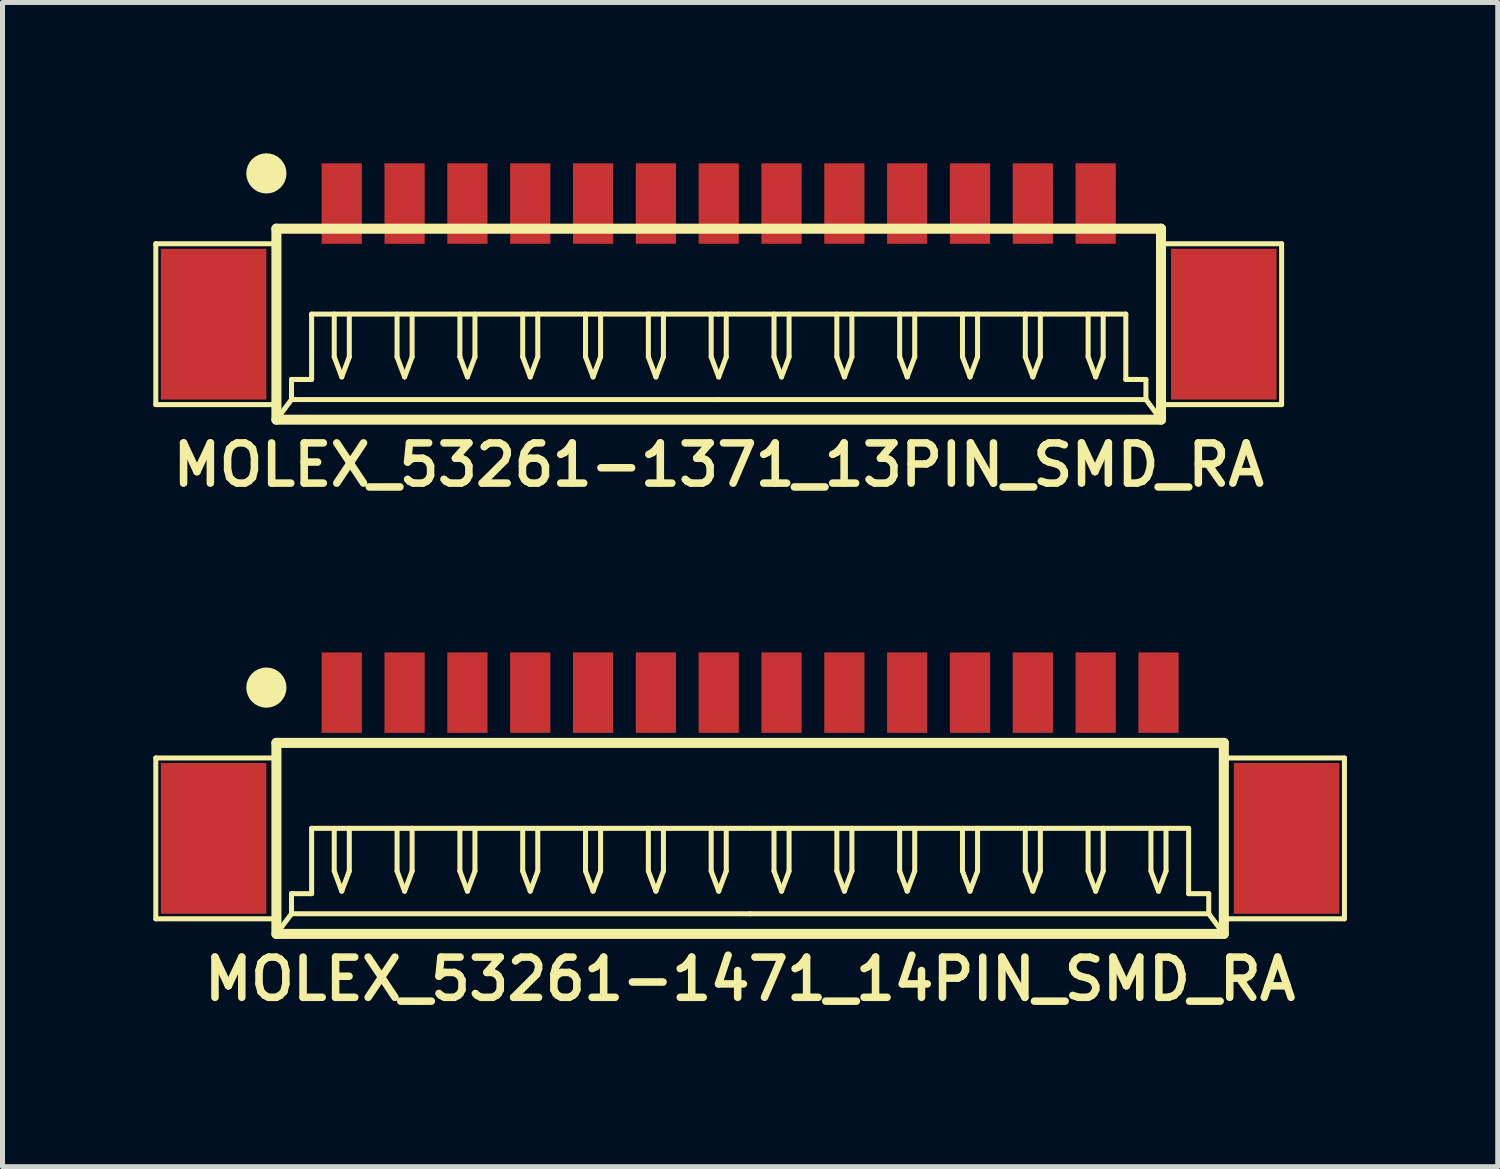
<source format=kicad_pcb>
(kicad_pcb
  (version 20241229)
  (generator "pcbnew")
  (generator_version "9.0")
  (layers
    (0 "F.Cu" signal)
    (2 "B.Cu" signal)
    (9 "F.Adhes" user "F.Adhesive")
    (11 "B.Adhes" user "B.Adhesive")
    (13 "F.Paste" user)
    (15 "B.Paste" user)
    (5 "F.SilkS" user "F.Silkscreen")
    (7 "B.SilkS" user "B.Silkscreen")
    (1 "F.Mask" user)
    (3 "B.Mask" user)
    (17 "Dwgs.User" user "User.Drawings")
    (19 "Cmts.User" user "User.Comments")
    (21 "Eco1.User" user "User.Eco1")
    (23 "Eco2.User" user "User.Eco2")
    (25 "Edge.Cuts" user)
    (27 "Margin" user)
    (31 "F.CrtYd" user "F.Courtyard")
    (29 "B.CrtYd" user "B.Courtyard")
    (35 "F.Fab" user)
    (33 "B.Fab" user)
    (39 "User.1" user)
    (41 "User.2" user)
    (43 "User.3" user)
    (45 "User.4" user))
  (footprint "MOLEX_53261-1371_13PIN_SMD_RA"
    (layer "F.Cu")
    (at 11.25 3.4)
    (property "Reference" "MOLEX_53261-1371_13PIN_SMD_RA" (at 0 2.8 0) (layer "F.SilkS") (effects (font (size 0.8 0.8) (thickness 0.15))))
    (attr through_hole)
    (fp_line (start -11.2 -1.6) (end -8.8 -1.6) (stroke (width 0.1) (type solid)) (layer "F.SilkS"))
    (fp_line (start -11.2 1.6) (end -11.2 -1.6) (stroke (width 0.1) (type solid)) (layer "F.SilkS"))
    (fp_line (start -8.8 -1.9) (end -8.8 1.9) (stroke (width 0.2) (type solid)) (layer "F.SilkS"))
    (fp_line (start -8.8 -1.9) (end 8.8 -1.9) (stroke (width 0.2) (type solid)) (layer "F.SilkS"))
    (fp_line (start -8.8 1.6) (end -11.2 1.6) (stroke (width 0.1) (type solid)) (layer "F.SilkS"))
    (fp_line (start -8.8 1.9) (end 8.8 1.9) (stroke (width 0.2) (type solid)) (layer "F.SilkS"))
    (fp_line (start -8.5 1.1) (end -8.5 1.5) (stroke (width 0.1) (type solid)) (layer "F.SilkS"))
    (fp_line (start -8.5 1.5) (end -8.8 1.9) (stroke (width 0.1) (type solid)) (layer "F.SilkS"))
    (fp_line (start -8.5 1.5) (end 0 1.5) (stroke (width 0.1) (type solid)) (layer "F.SilkS"))
    (fp_line (start -8.1 -0.2) (end -8.1 1.1) (stroke (width 0.1) (type solid)) (layer "F.SilkS"))
    (fp_line (start -8.1 1.1) (end -8.5 1.1) (stroke (width 0.1) (type solid)) (layer "F.SilkS"))
    (fp_line (start -7.65 -0.2) (end -7.65 0.65) (stroke (width 0.1) (type solid)) (layer "F.SilkS"))
    (fp_line (start -7.65 0.65) (end -7.5 1.05) (stroke (width 0.1) (type solid)) (layer "F.SilkS"))
    (fp_line (start -7.5 1.05) (end -7.35 0.65) (stroke (width 0.1) (type solid)) (layer "F.SilkS"))
    (fp_line (start -7.35 0.65) (end -7.35 -0.2) (stroke (width 0.1) (type solid)) (layer "F.SilkS"))
    (fp_line (start -6.4 -0.2) (end -6.4 0.65) (stroke (width 0.1) (type solid)) (layer "F.SilkS"))
    (fp_line (start -6.4 0.65) (end -6.25 1.05) (stroke (width 0.1) (type solid)) (layer "F.SilkS"))
    (fp_line (start -6.25 1.05) (end -6.1 0.65) (stroke (width 0.1) (type solid)) (layer "F.SilkS"))
    (fp_line (start -6.1 0.65) (end -6.1 -0.2) (stroke (width 0.1) (type solid)) (layer "F.SilkS"))
    (fp_line (start -5.15 -0.2) (end -5.15 0.65) (stroke (width 0.1) (type solid)) (layer "F.SilkS"))
    (fp_line (start -5.15 0.65) (end -5 1.05) (stroke (width 0.1) (type solid)) (layer "F.SilkS"))
    (fp_line (start -5 1.05) (end -4.85 0.65) (stroke (width 0.1) (type solid)) (layer "F.SilkS"))
    (fp_line (start -4.85 0.65) (end -4.85 -0.2) (stroke (width 0.1) (type solid)) (layer "F.SilkS"))
    (fp_line (start -3.9 -0.2) (end -3.9 0.65) (stroke (width 0.1) (type solid)) (layer "F.SilkS"))
    (fp_line (start -3.9 0.65) (end -3.75 1.05) (stroke (width 0.1) (type solid)) (layer "F.SilkS"))
    (fp_line (start -3.75 1.05) (end -3.6 0.65) (stroke (width 0.1) (type solid)) (layer "F.SilkS"))
    (fp_line (start -3.6 0.65) (end -3.6 -0.2) (stroke (width 0.1) (type solid)) (layer "F.SilkS"))
    (fp_line (start -2.65 -0.2) (end -2.65 0.65) (stroke (width 0.1) (type solid)) (layer "F.SilkS"))
    (fp_line (start -2.65 0.65) (end -2.5 1.05) (stroke (width 0.1) (type solid)) (layer "F.SilkS"))
    (fp_line (start -2.5 1.05) (end -2.35 0.65) (stroke (width 0.1) (type solid)) (layer "F.SilkS"))
    (fp_line (start -2.35 0.65) (end -2.35 -0.2) (stroke (width 0.1) (type solid)) (layer "F.SilkS"))
    (fp_line (start -1.4 -0.2) (end -1.4 0.65) (stroke (width 0.1) (type solid)) (layer "F.SilkS"))
    (fp_line (start -1.4 0.65) (end -1.25 1.05) (stroke (width 0.1) (type solid)) (layer "F.SilkS"))
    (fp_line (start -1.25 1.05) (end -1.1 0.65) (stroke (width 0.1) (type solid)) (layer "F.SilkS"))
    (fp_line (start -1.1 0.65) (end -1.1 -0.2) (stroke (width 0.1) (type solid)) (layer "F.SilkS"))
    (fp_line (start -0.15 -0.2) (end -0.15 0.65) (stroke (width 0.1) (type solid)) (layer "F.SilkS"))
    (fp_line (start -0.15 0.65) (end 0 1.05) (stroke (width 0.1) (type solid)) (layer "F.SilkS"))
    (fp_line (start 0 -0.2) (end -8.1 -0.2) (stroke (width 0.1) (type solid)) (layer "F.SilkS"))
    (fp_line (start 0 -0.2) (end 8.1 -0.2) (stroke (width 0.1) (type solid)) (layer "F.SilkS"))
    (fp_line (start 0 1.05) (end 0.15 0.65) (stroke (width 0.1) (type solid)) (layer "F.SilkS"))
    (fp_line (start 0.15 0.65) (end 0.15 -0.2) (stroke (width 0.1) (type solid)) (layer "F.SilkS"))
    (fp_line (start 1.1 -0.2) (end 1.1 0.65) (stroke (width 0.1) (type solid)) (layer "F.SilkS"))
    (fp_line (start 1.1 0.65) (end 1.25 1.05) (stroke (width 0.1) (type solid)) (layer "F.SilkS"))
    (fp_line (start 1.25 1.05) (end 1.4 0.65) (stroke (width 0.1) (type solid)) (layer "F.SilkS"))
    (fp_line (start 1.4 0.65) (end 1.4 -0.2) (stroke (width 0.1) (type solid)) (layer "F.SilkS"))
    (fp_line (start 2.35 -0.2) (end 2.35 0.65) (stroke (width 0.1) (type solid)) (layer "F.SilkS"))
    (fp_line (start 2.35 0.65) (end 2.5 1.05) (stroke (width 0.1) (type solid)) (layer "F.SilkS"))
    (fp_line (start 2.5 1.05) (end 2.65 0.65) (stroke (width 0.1) (type solid)) (layer "F.SilkS"))
    (fp_line (start 2.65 0.65) (end 2.65 -0.2) (stroke (width 0.1) (type solid)) (layer "F.SilkS"))
    (fp_line (start 3.6 -0.2) (end 3.6 0.65) (stroke (width 0.1) (type solid)) (layer "F.SilkS"))
    (fp_line (start 3.6 0.65) (end 3.75 1.05) (stroke (width 0.1) (type solid)) (layer "F.SilkS"))
    (fp_line (start 3.75 1.05) (end 3.9 0.65) (stroke (width 0.1) (type solid)) (layer "F.SilkS"))
    (fp_line (start 3.9 0.65) (end 3.9 -0.2) (stroke (width 0.1) (type solid)) (layer "F.SilkS"))
    (fp_line (start 4.85 -0.2) (end 4.85 0.65) (stroke (width 0.1) (type solid)) (layer "F.SilkS"))
    (fp_line (start 4.85 0.65) (end 5 1.05) (stroke (width 0.1) (type solid)) (layer "F.SilkS"))
    (fp_line (start 5 1.05) (end 5.15 0.65) (stroke (width 0.1) (type solid)) (layer "F.SilkS"))
    (fp_line (start 5.15 0.65) (end 5.15 -0.2) (stroke (width 0.1) (type solid)) (layer "F.SilkS"))
    (fp_line (start 6.1 -0.2) (end 6.1 0.65) (stroke (width 0.1) (type solid)) (layer "F.SilkS"))
    (fp_line (start 6.1 0.65) (end 6.25 1.05) (stroke (width 0.1) (type solid)) (layer "F.SilkS"))
    (fp_line (start 6.25 1.05) (end 6.4 0.65) (stroke (width 0.1) (type solid)) (layer "F.SilkS"))
    (fp_line (start 6.4 0.65) (end 6.4 -0.2) (stroke (width 0.1) (type solid)) (layer "F.SilkS"))
    (fp_line (start 7.35 -0.2) (end 7.35 0.65) (stroke (width 0.1) (type solid)) (layer "F.SilkS"))
    (fp_line (start 7.35 0.65) (end 7.5 1.05) (stroke (width 0.1) (type solid)) (layer "F.SilkS"))
    (fp_line (start 7.5 1.05) (end 7.65 0.65) (stroke (width 0.1) (type solid)) (layer "F.SilkS"))
    (fp_line (start 7.65 0.65) (end 7.65 -0.2) (stroke (width 0.1) (type solid)) (layer "F.SilkS"))
    (fp_line (start 8.1 -0.2) (end 8.1 1.1) (stroke (width 0.1) (type solid)) (layer "F.SilkS"))
    (fp_line (start 8.1 1.1) (end 8.5 1.1) (stroke (width 0.1) (type solid)) (layer "F.SilkS"))
    (fp_line (start 8.5 1.1) (end 8.5 1.5) (stroke (width 0.1) (type solid)) (layer "F.SilkS"))
    (fp_line (start 8.5 1.5) (end 0 1.5) (stroke (width 0.1) (type solid)) (layer "F.SilkS"))
    (fp_line (start 8.5 1.5) (end 8.8 1.9) (stroke (width 0.1) (type solid)) (layer "F.SilkS"))
    (fp_line (start 8.8 -1.9) (end 8.8 1.9) (stroke (width 0.2) (type solid)) (layer "F.SilkS"))
    (fp_line (start 8.8 1.6) (end 11.2 1.6) (stroke (width 0.1) (type solid)) (layer "F.SilkS"))
    (fp_line (start 11.2 -1.6) (end 8.8 -1.6) (stroke (width 0.1) (type solid)) (layer "F.SilkS"))
    (fp_line (start 11.2 1.6) (end 11.2 -1.6) (stroke (width 0.1) (type solid)) (layer "F.SilkS"))
    (fp_circle (center -9 -3) (end -9 -2.8) (stroke (width 0.4) (type solid)) (fill no) (layer "F.SilkS"))
    (pad "" smd rect (at -10.05 0) (size 2.1 3) (layers "F.Cu" "F.Mask"))
    (pad "" smd rect (at 10.05 0) (size 2.1 3) (layers "F.Cu" "F.Mask"))
    (pad "1" smd rect (at -7.5 -2.4) (size 0.8 1.6) (layers "F.Cu" "F.Mask"))
    (pad "2" smd rect (at -6.25 -2.4) (size 0.8 1.6) (layers "F.Cu" "F.Mask"))
    (pad "3" smd rect (at -5 -2.4) (size 0.8 1.6) (layers "F.Cu" "F.Mask"))
    (pad "4" smd rect (at -3.75 -2.4) (size 0.8 1.6) (layers "F.Cu" "F.Mask"))
    (pad "5" smd rect (at -2.5 -2.4) (size 0.8 1.6) (layers "F.Cu" "F.Mask"))
    (pad "6" smd rect (at -1.25 -2.4) (size 0.8 1.6) (layers "F.Cu" "F.Mask"))
    (pad "7" smd rect (at 0 -2.4) (size 0.8 1.6) (layers "F.Cu" "F.Mask"))
    (pad "8" smd rect (at 1.25 -2.4) (size 0.8 1.6) (layers "F.Cu" "F.Mask"))
    (pad "9" smd rect (at 2.5 -2.4) (size 0.8 1.6) (layers "F.Cu" "F.Mask"))
    (pad "10" smd rect (at 3.75 -2.4) (size 0.8 1.6) (layers "F.Cu" "F.Mask"))
    (pad "11" smd rect (at 5 -2.4) (size 0.8 1.6) (layers "F.Cu" "F.Mask"))
    (pad "12" smd rect (at 6.25 -2.4) (size 0.8 1.6) (layers "F.Cu" "F.Mask"))
    (pad "13" smd rect (at 7.5 -2.4) (size 0.8 1.6) (layers "F.Cu" "F.Mask")))
  (footprint "MOLEX_53261-1471_14PIN_SMD_RA"
    (layer "F.Cu")
    (at 11.875 13.631)
    (property "Reference" "MOLEX_53261-1471_14PIN_SMD_RA" (at 0 2.8 0) (layer "F.SilkS") (effects (font (size 0.8 0.8) (thickness 0.15))))
    (attr through_hole)
    (fp_line (start -11.825 -1.6) (end -9.425 -1.6) (stroke (width 0.1) (type solid)) (layer "F.SilkS"))
    (fp_line (start -11.825 1.6) (end -11.825 -1.6) (stroke (width 0.1) (type solid)) (layer "F.SilkS"))
    (fp_line (start -9.425 -1.9) (end -9.425 1.9) (stroke (width 0.2) (type solid)) (layer "F.SilkS"))
    (fp_line (start -9.425 -1.9) (end 9.425 -1.9) (stroke (width 0.2) (type solid)) (layer "F.SilkS"))
    (fp_line (start -9.425 1.6) (end -11.825 1.6) (stroke (width 0.1) (type solid)) (layer "F.SilkS"))
    (fp_line (start -9.425 1.9) (end 9.425 1.9) (stroke (width 0.2) (type solid)) (layer "F.SilkS"))
    (fp_line (start -9.125 1.1) (end -9.125 1.5) (stroke (width 0.1) (type solid)) (layer "F.SilkS"))
    (fp_line (start -9.125 1.5) (end -9.425 1.9) (stroke (width 0.1) (type solid)) (layer "F.SilkS"))
    (fp_line (start -9.125 1.5) (end 0 1.5) (stroke (width 0.1) (type solid)) (layer "F.SilkS"))
    (fp_line (start -8.725 -0.2) (end -8.725 1.1) (stroke (width 0.1) (type solid)) (layer "F.SilkS"))
    (fp_line (start -8.725 1.1) (end -9.125 1.1) (stroke (width 0.1) (type solid)) (layer "F.SilkS"))
    (fp_line (start -8.275 -0.2) (end -8.275 0.65) (stroke (width 0.1) (type solid)) (layer "F.SilkS"))
    (fp_line (start -8.275 0.65) (end -8.125 1.05) (stroke (width 0.1) (type solid)) (layer "F.SilkS"))
    (fp_line (start -8.125 1.05) (end -7.975 0.65) (stroke (width 0.1) (type solid)) (layer "F.SilkS"))
    (fp_line (start -7.975 0.65) (end -7.975 -0.2) (stroke (width 0.1) (type solid)) (layer "F.SilkS"))
    (fp_line (start -7.025 -0.2) (end -7.025 0.65) (stroke (width 0.1) (type solid)) (layer "F.SilkS"))
    (fp_line (start -7.025 0.65) (end -6.875 1.05) (stroke (width 0.1) (type solid)) (layer "F.SilkS"))
    (fp_line (start -6.875 1.05) (end -6.725 0.65) (stroke (width 0.1) (type solid)) (layer "F.SilkS"))
    (fp_line (start -6.725 0.65) (end -6.725 -0.2) (stroke (width 0.1) (type solid)) (layer "F.SilkS"))
    (fp_line (start -5.775 -0.2) (end -5.775 0.65) (stroke (width 0.1) (type solid)) (layer "F.SilkS"))
    (fp_line (start -5.775 0.65) (end -5.625 1.05) (stroke (width 0.1) (type solid)) (layer "F.SilkS"))
    (fp_line (start -5.625 1.05) (end -5.475 0.65) (stroke (width 0.1) (type solid)) (layer "F.SilkS"))
    (fp_line (start -5.475 0.65) (end -5.475 -0.2) (stroke (width 0.1) (type solid)) (layer "F.SilkS"))
    (fp_line (start -4.525 -0.2) (end -4.525 0.65) (stroke (width 0.1) (type solid)) (layer "F.SilkS"))
    (fp_line (start -4.525 0.65) (end -4.375 1.05) (stroke (width 0.1) (type solid)) (layer "F.SilkS"))
    (fp_line (start -4.375 1.05) (end -4.225 0.65) (stroke (width 0.1) (type solid)) (layer "F.SilkS"))
    (fp_line (start -4.225 0.65) (end -4.225 -0.2) (stroke (width 0.1) (type solid)) (layer "F.SilkS"))
    (fp_line (start -3.275 -0.2) (end -3.275 0.65) (stroke (width 0.1) (type solid)) (layer "F.SilkS"))
    (fp_line (start -3.275 0.65) (end -3.125 1.05) (stroke (width 0.1) (type solid)) (layer "F.SilkS"))
    (fp_line (start -3.125 1.05) (end -2.975 0.65) (stroke (width 0.1) (type solid)) (layer "F.SilkS"))
    (fp_line (start -2.975 0.65) (end -2.975 -0.2) (stroke (width 0.1) (type solid)) (layer "F.SilkS"))
    (fp_line (start -2.025 -0.2) (end -2.025 0.65) (stroke (width 0.1) (type solid)) (layer "F.SilkS"))
    (fp_line (start -2.025 0.65) (end -1.875 1.05) (stroke (width 0.1) (type solid)) (layer "F.SilkS"))
    (fp_line (start -1.875 1.05) (end -1.725 0.65) (stroke (width 0.1) (type solid)) (layer "F.SilkS"))
    (fp_line (start -1.725 0.65) (end -1.725 -0.2) (stroke (width 0.1) (type solid)) (layer "F.SilkS"))
    (fp_line (start -0.775 -0.2) (end -0.775 0.65) (stroke (width 0.1) (type solid)) (layer "F.SilkS"))
    (fp_line (start -0.775 0.65) (end -0.625 1.05) (stroke (width 0.1) (type solid)) (layer "F.SilkS"))
    (fp_line (start -0.625 1.05) (end -0.475 0.65) (stroke (width 0.1) (type solid)) (layer "F.SilkS"))
    (fp_line (start -0.475 0.65) (end -0.475 -0.2) (stroke (width 0.1) (type solid)) (layer "F.SilkS"))
    (fp_line (start 0 -0.2) (end -8.725 -0.2) (stroke (width 0.1) (type solid)) (layer "F.SilkS"))
    (fp_line (start 0 -0.2) (end 8.725 -0.2) (stroke (width 0.1) (type solid)) (layer "F.SilkS"))
    (fp_line (start 0.475 -0.2) (end 0.475 0.65) (stroke (width 0.1) (type solid)) (layer "F.SilkS"))
    (fp_line (start 0.475 0.65) (end 0.625 1.05) (stroke (width 0.1) (type solid)) (layer "F.SilkS"))
    (fp_line (start 0.625 1.05) (end 0.775 0.65) (stroke (width 0.1) (type solid)) (layer "F.SilkS"))
    (fp_line (start 0.775 0.65) (end 0.775 -0.2) (stroke (width 0.1) (type solid)) (layer "F.SilkS"))
    (fp_line (start 1.725 -0.2) (end 1.725 0.65) (stroke (width 0.1) (type solid)) (layer "F.SilkS"))
    (fp_line (start 1.725 0.65) (end 1.875 1.05) (stroke (width 0.1) (type solid)) (layer "F.SilkS"))
    (fp_line (start 1.875 1.05) (end 2.025 0.65) (stroke (width 0.1) (type solid)) (layer "F.SilkS"))
    (fp_line (start 2.025 0.65) (end 2.025 -0.2) (stroke (width 0.1) (type solid)) (layer "F.SilkS"))
    (fp_line (start 2.975 -0.2) (end 2.975 0.65) (stroke (width 0.1) (type solid)) (layer "F.SilkS"))
    (fp_line (start 2.975 0.65) (end 3.125 1.05) (stroke (width 0.1) (type solid)) (layer "F.SilkS"))
    (fp_line (start 3.125 1.05) (end 3.275 0.65) (stroke (width 0.1) (type solid)) (layer "F.SilkS"))
    (fp_line (start 3.275 0.65) (end 3.275 -0.2) (stroke (width 0.1) (type solid)) (layer "F.SilkS"))
    (fp_line (start 4.225 -0.2) (end 4.225 0.65) (stroke (width 0.1) (type solid)) (layer "F.SilkS"))
    (fp_line (start 4.225 0.65) (end 4.375 1.05) (stroke (width 0.1) (type solid)) (layer "F.SilkS"))
    (fp_line (start 4.375 1.05) (end 4.525 0.65) (stroke (width 0.1) (type solid)) (layer "F.SilkS"))
    (fp_line (start 4.525 0.65) (end 4.525 -0.2) (stroke (width 0.1) (type solid)) (layer "F.SilkS"))
    (fp_line (start 5.475 -0.2) (end 5.475 0.65) (stroke (width 0.1) (type solid)) (layer "F.SilkS"))
    (fp_line (start 5.475 0.65) (end 5.625 1.05) (stroke (width 0.1) (type solid)) (layer "F.SilkS"))
    (fp_line (start 5.625 1.05) (end 5.775 0.65) (stroke (width 0.1) (type solid)) (layer "F.SilkS"))
    (fp_line (start 5.775 0.65) (end 5.775 -0.2) (stroke (width 0.1) (type solid)) (layer "F.SilkS"))
    (fp_line (start 6.725 -0.2) (end 6.725 0.65) (stroke (width 0.1) (type solid)) (layer "F.SilkS"))
    (fp_line (start 6.725 0.65) (end 6.875 1.05) (stroke (width 0.1) (type solid)) (layer "F.SilkS"))
    (fp_line (start 6.875 1.05) (end 7.025 0.65) (stroke (width 0.1) (type solid)) (layer "F.SilkS"))
    (fp_line (start 7.025 0.65) (end 7.025 -0.2) (stroke (width 0.1) (type solid)) (layer "F.SilkS"))
    (fp_line (start 7.975 -0.2) (end 7.975 0.65) (stroke (width 0.1) (type solid)) (layer "F.SilkS"))
    (fp_line (start 7.975 0.65) (end 8.125 1.05) (stroke (width 0.1) (type solid)) (layer "F.SilkS"))
    (fp_line (start 8.125 1.05) (end 8.275 0.65) (stroke (width 0.1) (type solid)) (layer "F.SilkS"))
    (fp_line (start 8.275 0.65) (end 8.275 -0.2) (stroke (width 0.1) (type solid)) (layer "F.SilkS"))
    (fp_line (start 8.725 -0.2) (end 8.725 1.1) (stroke (width 0.1) (type solid)) (layer "F.SilkS"))
    (fp_line (start 8.725 1.1) (end 9.125 1.1) (stroke (width 0.1) (type solid)) (layer "F.SilkS"))
    (fp_line (start 9.125 1.1) (end 9.125 1.5) (stroke (width 0.1) (type solid)) (layer "F.SilkS"))
    (fp_line (start 9.125 1.5) (end 0 1.5) (stroke (width 0.1) (type solid)) (layer "F.SilkS"))
    (fp_line (start 9.125 1.5) (end 9.425 1.9) (stroke (width 0.1) (type solid)) (layer "F.SilkS"))
    (fp_line (start 9.425 -1.9) (end 9.425 1.9) (stroke (width 0.2) (type solid)) (layer "F.SilkS"))
    (fp_line (start 9.425 1.6) (end 11.825 1.6) (stroke (width 0.1) (type solid)) (layer "F.SilkS"))
    (fp_line (start 11.825 -1.6) (end 9.425 -1.6) (stroke (width 0.1) (type solid)) (layer "F.SilkS"))
    (fp_line (start 11.825 1.6) (end 11.825 -1.6) (stroke (width 0.1) (type solid)) (layer "F.SilkS"))
    (fp_circle (center -9.625 -3) (end -9.625 -2.8) (stroke (width 0.4) (type solid)) (fill no) (layer "F.SilkS"))
    (pad "" smd rect (at -10.675 0) (size 2.1 3) (layers "F.Cu" "F.Mask"))
    (pad "" smd rect (at 10.675 0) (size 2.1 3) (layers "F.Cu" "F.Mask"))
    (pad "1" smd rect (at -8.125 -2.9) (size 0.8 1.6) (layers "F.Cu" "F.Mask"))
    (pad "2" smd rect (at -6.875 -2.9) (size 0.8 1.6) (layers "F.Cu" "F.Mask"))
    (pad "3" smd rect (at -5.625 -2.9) (size 0.8 1.6) (layers "F.Cu" "F.Mask"))
    (pad "4" smd rect (at -4.375 -2.9) (size 0.8 1.6) (layers "F.Cu" "F.Mask"))
    (pad "5" smd rect (at -3.125 -2.9) (size 0.8 1.6) (layers "F.Cu" "F.Mask"))
    (pad "6" smd rect (at -1.875 -2.9) (size 0.8 1.6) (layers "F.Cu" "F.Mask"))
    (pad "7" smd rect (at -0.625 -2.9) (size 0.8 1.6) (layers "F.Cu" "F.Mask"))
    (pad "8" smd rect (at 0.625 -2.9) (size 0.8 1.6) (layers "F.Cu" "F.Mask"))
    (pad "9" smd rect (at 1.875 -2.9) (size 0.8 1.6) (layers "F.Cu" "F.Mask"))
    (pad "10" smd rect (at 3.125 -2.9) (size 0.8 1.6) (layers "F.Cu" "F.Mask"))
    (pad "11" smd rect (at 4.375 -2.9) (size 0.8 1.6) (layers "F.Cu" "F.Mask"))
    (pad "12" smd rect (at 5.625 -2.9) (size 0.8 1.6) (layers "F.Cu" "F.Mask"))
    (pad "13" smd rect (at 6.875 -2.9) (size 0.8 1.6) (layers "F.Cu" "F.Mask"))
    (pad "14" smd rect (at 8.125 -2.9) (size 0.8 1.6) (layers "F.Cu" "F.Mask")))
  (gr_rect
    (start -3 -3)
    (end 26.75 20.163)
    (stroke (width 0.1) (type default))
    (fill no)
    (layer "Edge.Cuts")))
</source>
